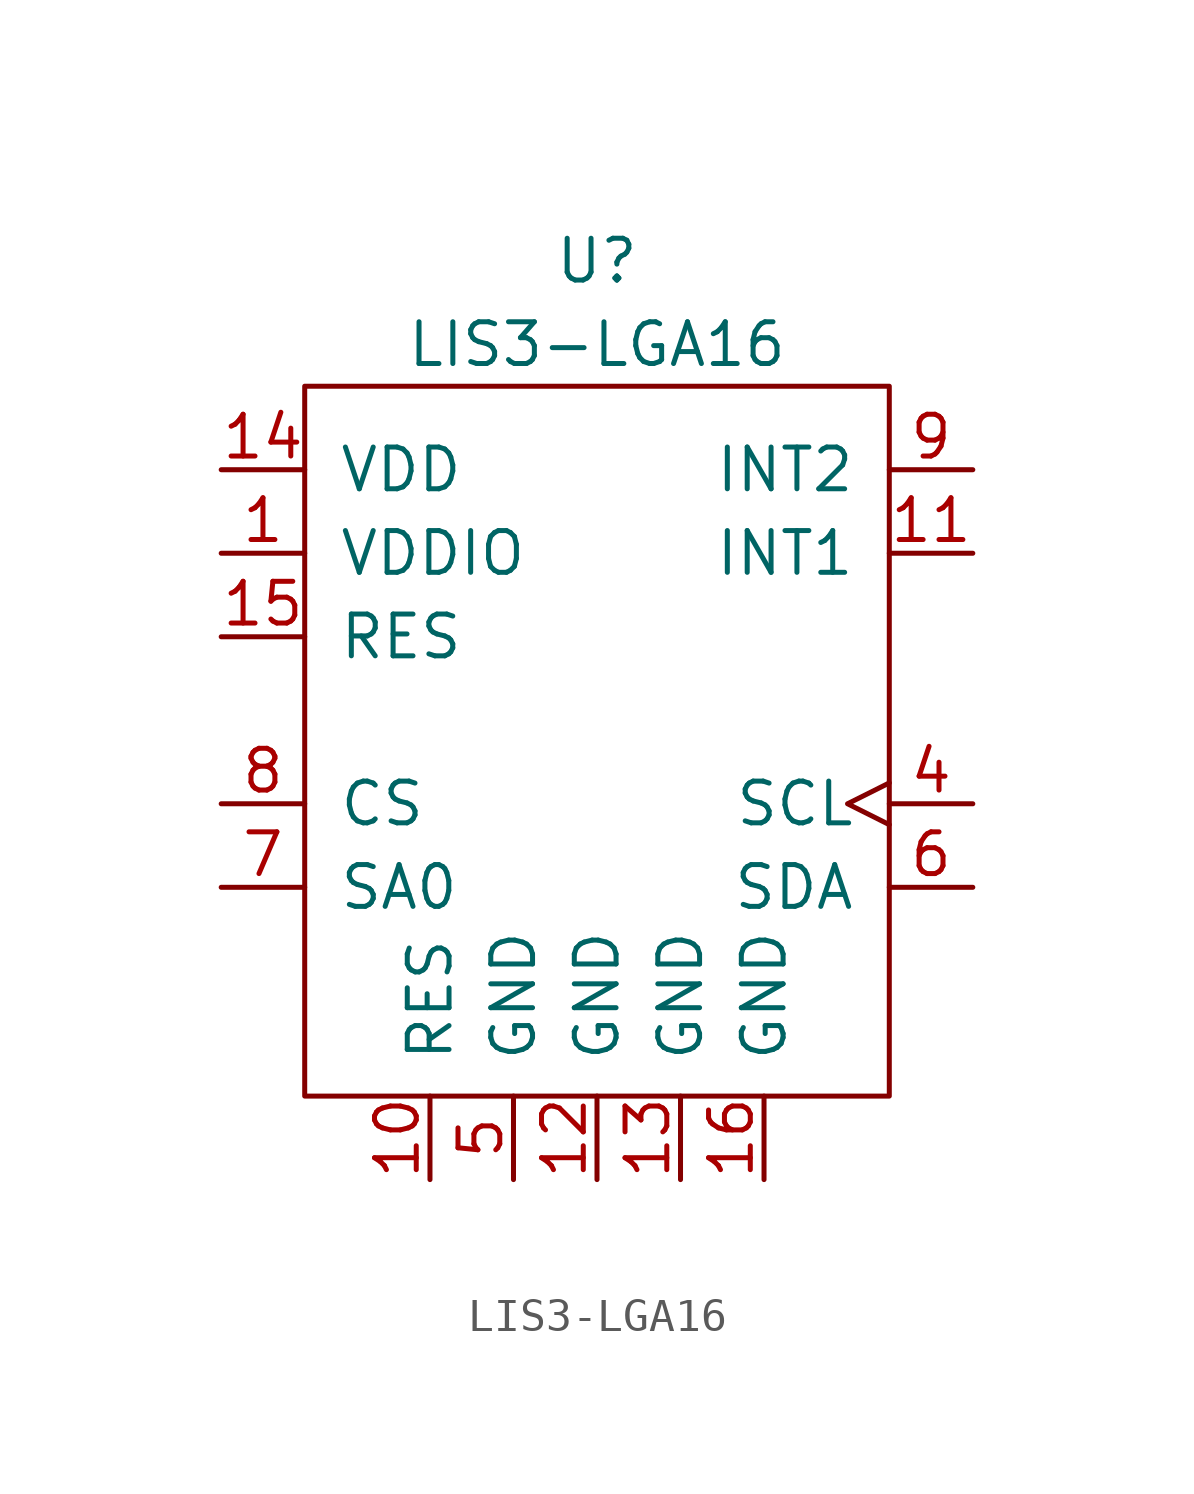
<source format=kicad_sym>
(kicad_symbol_lib
  (version 20211014)
  (generator kicad_symbol_editor)
  (symbol "LIS3-LGA16"
    (pin_names
      (offset 1.016))
    (property "Reference" "U"
      (at 0 6.35 0)
      (effects (font (size 1.27 1.27))))
    (property "Value" "LIS3-LGA16"
      (at 0 3.81 0)
      (effects (font (size 1.27 1.27))))
    (symbol "LIS3-LGA16_0_1"
      (rectangle (start -8.89 2.54) (end 8.89 -19.05) (stroke (width 0) (type default) (color 0 0 0 0)) (fill (type none))))
    (symbol "LIS3-LGA16_1_1"
      (pin power_in line (at -11.43 -2.54 0) (length 2.54) (name "VDDIO" (effects (font (size 1.27 1.27)))) (number "1" (effects (font (size 1.27 1.27)))))
      (pin passive line (at -5.08 -21.59 90) (length 2.54) (name "RES" (effects (font (size 1.27 1.27)))) (number "10" (effects (font (size 1.27 1.27)))))
      (pin output line (at 11.43 -2.54 180) (length 2.54) (name "INT1" (effects (font (size 1.27 1.27)))) (number "11" (effects (font (size 1.27 1.27)))))
      (pin power_in line (at 0 -21.59 90) (length 2.54) (name "GND" (effects (font (size 1.27 1.27)))) (number "12" (effects (font (size 1.27 1.27)))))
      (pin power_in line (at 2.54 -21.59 90) (length 2.54) (name "GND" (effects (font (size 1.27 1.27)))) (number "13" (effects (font (size 1.27 1.27)))))
      (pin power_in line (at -11.43 0 0) (length 2.54) (name "VDD" (effects (font (size 1.27 1.27)))) (number "14" (effects (font (size 1.27 1.27)))))
      (pin passive line (at -11.43 -5.08 0) (length 2.54) (name "RES" (effects (font (size 1.27 1.27)))) (number "15" (effects (font (size 1.27 1.27)))))
      (pin power_in line (at 5.08 -21.59 90) (length 2.54) (name "GND" (effects (font (size 1.27 1.27)))) (number "16" (effects (font (size 1.27 1.27)))))
      (pin open_collector clock (at 11.43 -10.16 180) (length 2.54) (name "SCL" (effects (font (size 1.27 1.27)))) (number "4" (effects (font (size 1.27 1.27)))))
      (pin power_in line (at -2.54 -21.59 90) (length 2.54) (name "GND" (effects (font (size 1.27 1.27)))) (number "5" (effects (font (size 1.27 1.27)))))
      (pin open_collector line (at 11.43 -12.7 180) (length 2.54) (name "SDA" (effects (font (size 1.27 1.27)))) (number "6" (effects (font (size 1.27 1.27)))))
      (pin input line (at -11.43 -12.7 0) (length 2.54) (name "SA0" (effects (font (size 1.27 1.27)))) (number "7" (effects (font (size 1.27 1.27)))))
      (pin input line (at -11.43 -10.16 0) (length 2.54) (name "CS" (effects (font (size 1.27 1.27)))) (number "8" (effects (font (size 1.27 1.27)))))
      (pin output line (at 11.43 0 180) (length 2.54) (name "INT2" (effects (font (size 1.27 1.27)))) (number "9" (effects (font (size 1.27 1.27))))))))
</source>
